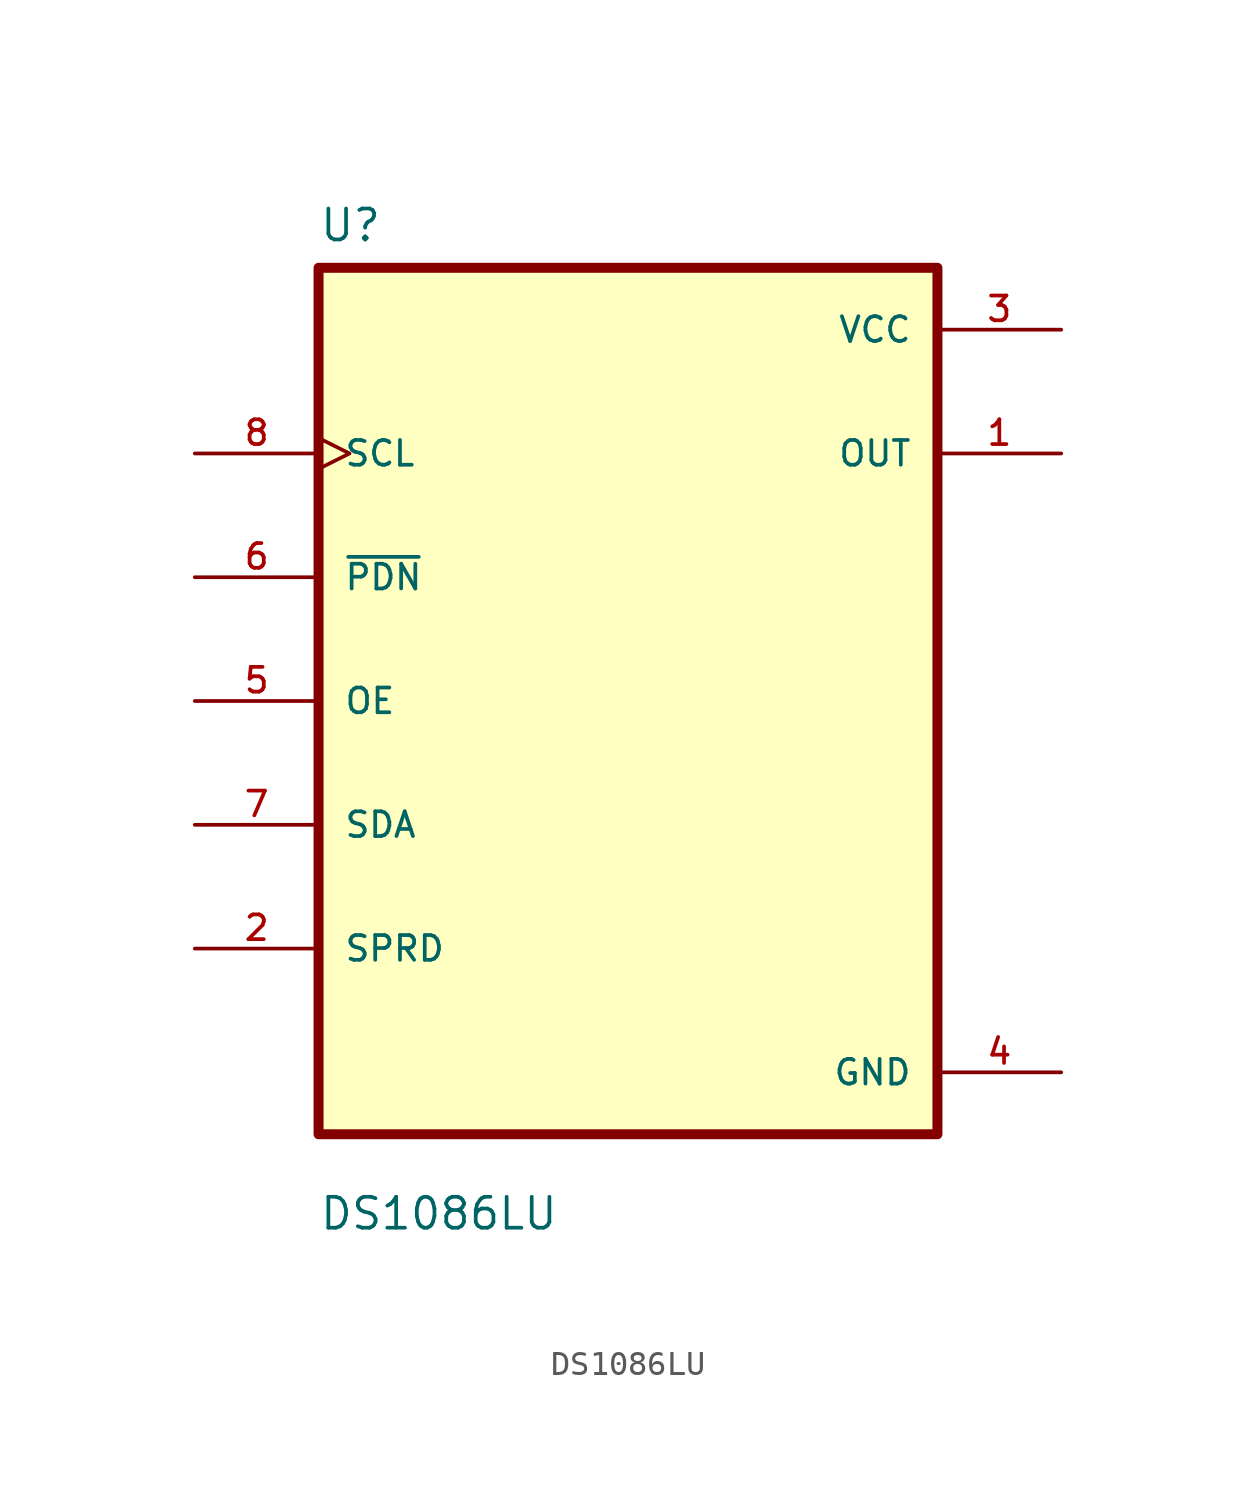
<source format=kicad_sym>
(kicad_symbol_lib
  (version 20211014)
  (generator kicad_symbol_editor)
  (symbol "DS1086LU"
    (pin_names
      (offset 1.016))
    (property "Reference" "U"
      (at -12.7 18.78 0.0)
      (effects (font (size 1.27 1.27)) (justify bottom left)))
    (property "Value" "DS1086LU"
      (at -12.7 -21.78 0.0)
      (effects (font (size 1.27 1.27)) (justify bottom left)))
    (symbol "DS1086LU_0_0"
      (rectangle (start -12.7 -17.78) (end 12.7 17.78) (stroke (width 0.41)) (fill (type background)))
      (pin input clock (at -17.78 10.16 0) (length 5.08) (name "SCL" (effects (font (size 1.016 1.016)))) (number "8" (effects (font (size 1.016 1.016)))))
      (pin bidirectional line (at -17.78 5.08 0) (length 5.08) (name "~{PDN}" (effects (font (size 1.016 1.016)))) (number "6" (effects (font (size 1.016 1.016)))))
      (pin bidirectional line (at -17.78 0.0 0) (length 5.08) (name "OE" (effects (font (size 1.016 1.016)))) (number "5" (effects (font (size 1.016 1.016)))))
      (pin bidirectional line (at -17.78 -5.08 0) (length 5.08) (name "SDA" (effects (font (size 1.016 1.016)))) (number "7" (effects (font (size 1.016 1.016)))))
      (pin bidirectional line (at -17.78 -10.16 0) (length 5.08) (name "SPRD" (effects (font (size 1.016 1.016)))) (number "2" (effects (font (size 1.016 1.016)))))
      (pin power_in line (at 17.78 15.24 180.0) (length 5.08) (name "VCC" (effects (font (size 1.016 1.016)))) (number "3" (effects (font (size 1.016 1.016)))))
      (pin output line (at 17.78 10.16 180.0) (length 5.08) (name "OUT" (effects (font (size 1.016 1.016)))) (number "1" (effects (font (size 1.016 1.016)))))
      (pin power_in line (at 17.78 -15.24 180.0) (length 5.08) (name "GND" (effects (font (size 1.016 1.016)))) (number "4" (effects (font (size 1.016 1.016))))))))
</source>
